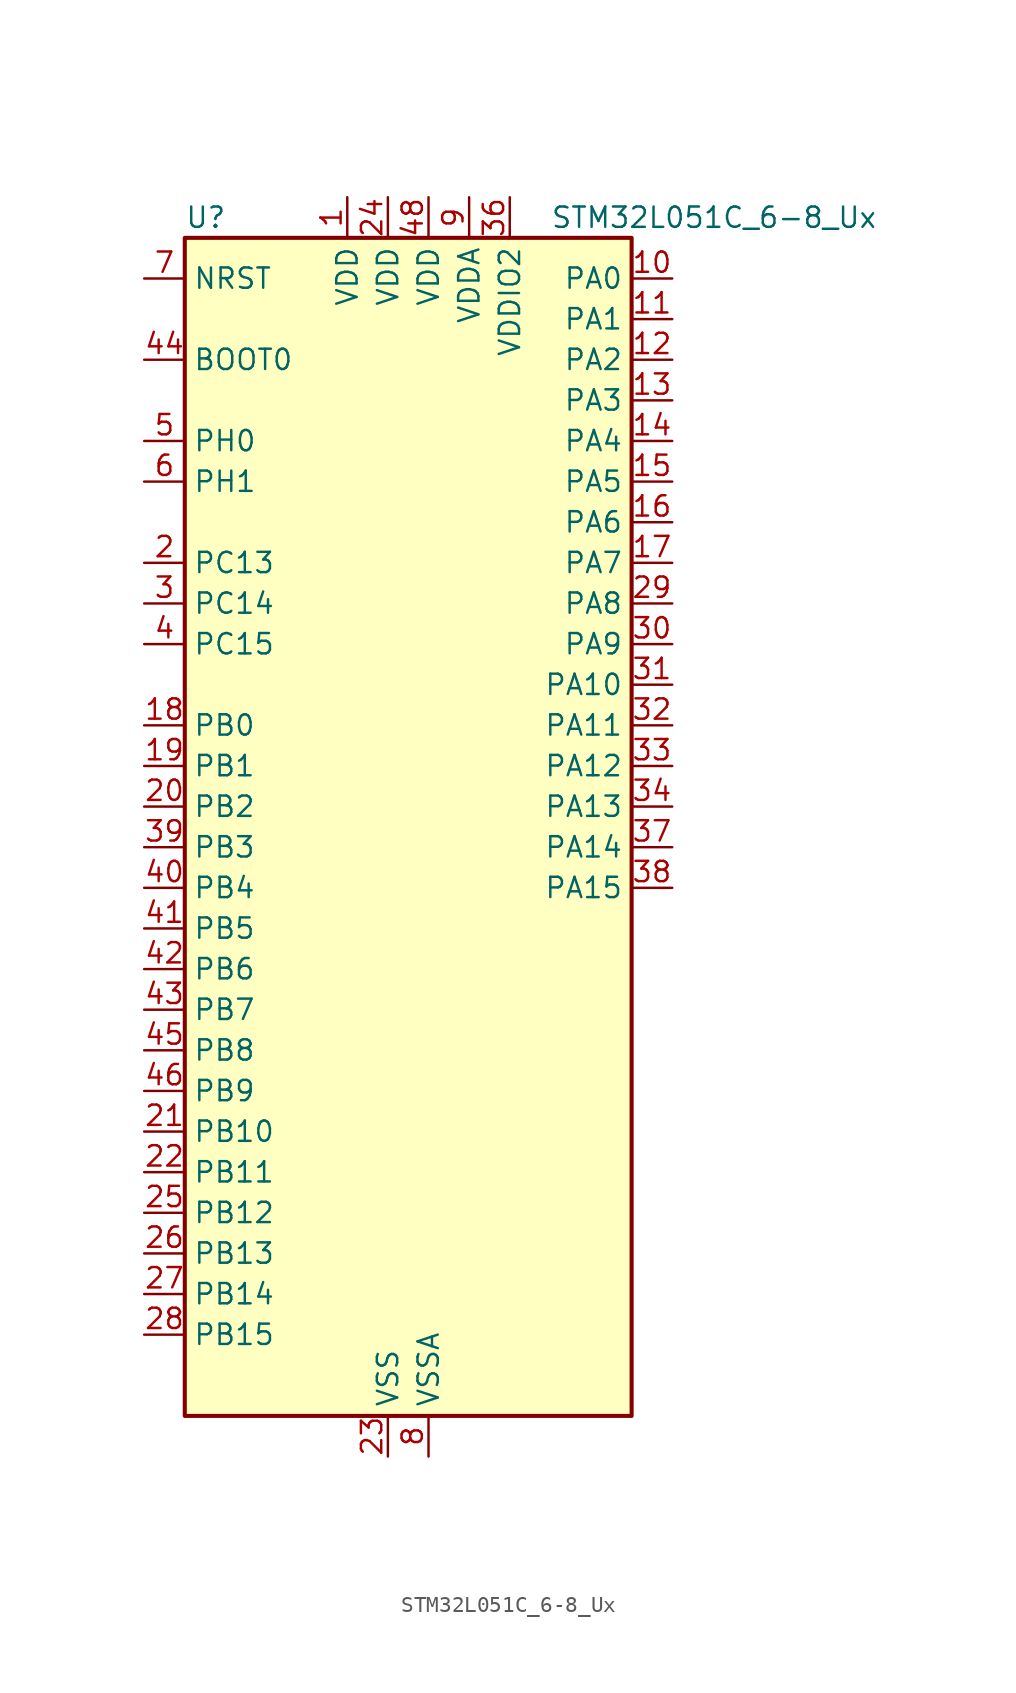
<source format=kicad_sym>
(kicad_symbol_lib
  (version 20231120)
  (generator "kicad_symbol_editor")
  (generator_version "8.0")
  (symbol "STM32L051C_6-8_Ux"
    (property "Reference" "U"
      (at -12.7 39.37 0)
      (effects (font (size 1.27 1.27)) (justify left)))
    (property "Value" "STM32L051C_6-8_Ux"
      (at 10.16 39.37 0)
      (effects (font (size 1.27 1.27)) (justify left)))
    (property "ki_locked" ""
      (at 0 0 0)
      (effects (font (size 1.27 1.27))))
    (symbol "STM32L051C_6-8_Ux_0_1"
      (rectangle (start -12.7 -35.56) (end 15.24 38.1) (stroke (width 0.254) (type default)) (fill (type background))))
    (symbol "STM32L051C_6-8_Ux_1_1"
      (pin power_in line (at -2.54 40.64 270) (length 2.54) (name "VDD" (effects (font (size 1.27 1.27)))) (number "1" (effects (font (size 1.27 1.27)))))
      (pin bidirectional line (at 17.78 35.56 180) (length 2.54) (name "PA0" (effects (font (size 1.27 1.27)))) (number "10" (effects (font (size 1.27 1.27)))) (alternate "ADC_IN0" bidirectional line) (alternate "COMP1_INM" bidirectional line) (alternate "COMP1_OUT" bidirectional line) (alternate "RTC_TAMP2" bidirectional line) (alternate "SYS_WKUP1" bidirectional line) (alternate "TIM2_CH1" bidirectional line) (alternate "TIM2_ETR" bidirectional line) (alternate "USART2_CTS" bidirectional line))
      (pin bidirectional line (at 17.78 33.02 180) (length 2.54) (name "PA1" (effects (font (size 1.27 1.27)))) (number "11" (effects (font (size 1.27 1.27)))) (alternate "ADC_IN1" bidirectional line) (alternate "COMP1_INP" bidirectional line) (alternate "TIM21_ETR" bidirectional line) (alternate "TIM2_CH2" bidirectional line) (alternate "USART2_DE" bidirectional line) (alternate "USART2_RTS" bidirectional line))
      (pin bidirectional line (at 17.78 30.48 180) (length 2.54) (name "PA2" (effects (font (size 1.27 1.27)))) (number "12" (effects (font (size 1.27 1.27)))) (alternate "ADC_IN2" bidirectional line) (alternate "COMP2_INM" bidirectional line) (alternate "COMP2_OUT" bidirectional line) (alternate "TIM21_CH1" bidirectional line) (alternate "TIM2_CH3" bidirectional line) (alternate "USART2_TX" bidirectional line))
      (pin bidirectional line (at 17.78 27.94 180) (length 2.54) (name "PA3" (effects (font (size 1.27 1.27)))) (number "13" (effects (font (size 1.27 1.27)))) (alternate "ADC_IN3" bidirectional line) (alternate "COMP2_INP" bidirectional line) (alternate "TIM21_CH2" bidirectional line) (alternate "TIM2_CH4" bidirectional line) (alternate "USART2_RX" bidirectional line))
      (pin bidirectional line (at 17.78 25.4 180) (length 2.54) (name "PA4" (effects (font (size 1.27 1.27)))) (number "14" (effects (font (size 1.27 1.27)))) (alternate "ADC_IN4" bidirectional line) (alternate "COMP1_INM" bidirectional line) (alternate "COMP2_INM" bidirectional line) (alternate "SPI1_NSS" bidirectional line) (alternate "TIM22_ETR" bidirectional line) (alternate "USART2_CK" bidirectional line))
      (pin bidirectional line (at 17.78 22.86 180) (length 2.54) (name "PA5" (effects (font (size 1.27 1.27)))) (number "15" (effects (font (size 1.27 1.27)))) (alternate "ADC_IN5" bidirectional line) (alternate "COMP1_INM" bidirectional line) (alternate "COMP2_INM" bidirectional line) (alternate "SPI1_SCK" bidirectional line) (alternate "TIM2_CH1" bidirectional line) (alternate "TIM2_ETR" bidirectional line))
      (pin bidirectional line (at 17.78 20.32 180) (length 2.54) (name "PA6" (effects (font (size 1.27 1.27)))) (number "16" (effects (font (size 1.27 1.27)))) (alternate "ADC_IN6" bidirectional line) (alternate "COMP1_OUT" bidirectional line) (alternate "LPUART1_CTS" bidirectional line) (alternate "SPI1_MISO" bidirectional line) (alternate "TIM22_CH1" bidirectional line))
      (pin bidirectional line (at 17.78 17.78 180) (length 2.54) (name "PA7" (effects (font (size 1.27 1.27)))) (number "17" (effects (font (size 1.27 1.27)))) (alternate "ADC_IN7" bidirectional line) (alternate "COMP2_OUT" bidirectional line) (alternate "SPI1_MOSI" bidirectional line) (alternate "TIM22_CH2" bidirectional line))
      (pin bidirectional line (at -15.24 7.62 0) (length 2.54) (name "PB0" (effects (font (size 1.27 1.27)))) (number "18" (effects (font (size 1.27 1.27)))) (alternate "ADC_IN8" bidirectional line) (alternate "SYS_VREF_OUT_PB0" bidirectional line))
      (pin bidirectional line (at -15.24 5.08 0) (length 2.54) (name "PB1" (effects (font (size 1.27 1.27)))) (number "19" (effects (font (size 1.27 1.27)))) (alternate "ADC_IN9" bidirectional line) (alternate "LPUART1_DE" bidirectional line) (alternate "LPUART1_RTS" bidirectional line) (alternate "SYS_VREF_OUT_PB1" bidirectional line))
      (pin bidirectional line (at -15.24 17.78 0) (length 2.54) (name "PC13" (effects (font (size 1.27 1.27)))) (number "2" (effects (font (size 1.27 1.27)))) (alternate "RTC_OUT_ALARM" bidirectional line) (alternate "RTC_OUT_CALIB" bidirectional line) (alternate "RTC_TAMP1" bidirectional line) (alternate "RTC_TS" bidirectional line) (alternate "SYS_WKUP2" bidirectional line))
      (pin bidirectional line (at -15.24 2.54 0) (length 2.54) (name "PB2" (effects (font (size 1.27 1.27)))) (number "20" (effects (font (size 1.27 1.27)))) (alternate "LPTIM1_OUT" bidirectional line))
      (pin bidirectional line (at -15.24 -17.78 0) (length 2.54) (name "PB10" (effects (font (size 1.27 1.27)))) (number "21" (effects (font (size 1.27 1.27)))) (alternate "I2C2_SCL" bidirectional line) (alternate "LPUART1_TX" bidirectional line) (alternate "SPI2_SCK" bidirectional line) (alternate "TIM2_CH3" bidirectional line))
      (pin bidirectional line (at -15.24 -20.32 0) (length 2.54) (name "PB11" (effects (font (size 1.27 1.27)))) (number "22" (effects (font (size 1.27 1.27)))) (alternate "ADC_EXTI11" bidirectional line) (alternate "I2C2_SDA" bidirectional line) (alternate "LPUART1_RX" bidirectional line) (alternate "TIM2_CH4" bidirectional line))
      (pin power_in line (at 0 -38.1 90) (length 2.54) (name "VSS" (effects (font (size 1.27 1.27)))) (number "23" (effects (font (size 1.27 1.27)))))
      (pin power_in line (at 0 40.64 270) (length 2.54) (name "VDD" (effects (font (size 1.27 1.27)))) (number "24" (effects (font (size 1.27 1.27)))))
      (pin bidirectional line (at -15.24 -22.86 0) (length 2.54) (name "PB12" (effects (font (size 1.27 1.27)))) (number "25" (effects (font (size 1.27 1.27)))) (alternate "I2S2_WS" bidirectional line) (alternate "LPUART1_DE" bidirectional line) (alternate "LPUART1_RTS" bidirectional line) (alternate "SPI2_NSS" bidirectional line))
      (pin bidirectional line (at -15.24 -25.4 0) (length 2.54) (name "PB13" (effects (font (size 1.27 1.27)))) (number "26" (effects (font (size 1.27 1.27)))) (alternate "I2C2_SCL" bidirectional line) (alternate "I2S2_CK" bidirectional line) (alternate "LPUART1_CTS" bidirectional line) (alternate "SPI2_SCK" bidirectional line) (alternate "TIM21_CH1" bidirectional line))
      (pin bidirectional line (at -15.24 -27.94 0) (length 2.54) (name "PB14" (effects (font (size 1.27 1.27)))) (number "27" (effects (font (size 1.27 1.27)))) (alternate "I2C2_SDA" bidirectional line) (alternate "I2S2_MCK" bidirectional line) (alternate "LPUART1_DE" bidirectional line) (alternate "LPUART1_RTS" bidirectional line) (alternate "RTC_OUT_ALARM" bidirectional line) (alternate "RTC_OUT_CALIB" bidirectional line) (alternate "SPI2_MISO" bidirectional line) (alternate "TIM21_CH2" bidirectional line))
      (pin bidirectional line (at -15.24 -30.48 0) (length 2.54) (name "PB15" (effects (font (size 1.27 1.27)))) (number "28" (effects (font (size 1.27 1.27)))) (alternate "I2S2_SD" bidirectional line) (alternate "RTC_REFIN" bidirectional line) (alternate "SPI2_MOSI" bidirectional line))
      (pin bidirectional line (at 17.78 15.24 180) (length 2.54) (name "PA8" (effects (font (size 1.27 1.27)))) (number "29" (effects (font (size 1.27 1.27)))) (alternate "RCC_MCO" bidirectional line) (alternate "USART1_CK" bidirectional line))
      (pin bidirectional line (at -15.24 15.24 0) (length 2.54) (name "PC14" (effects (font (size 1.27 1.27)))) (number "3" (effects (font (size 1.27 1.27)))) (alternate "RCC_OSC32_IN" bidirectional line))
      (pin bidirectional line (at 17.78 12.7 180) (length 2.54) (name "PA9" (effects (font (size 1.27 1.27)))) (number "30" (effects (font (size 1.27 1.27)))) (alternate "RCC_MCO" bidirectional line) (alternate "USART1_TX" bidirectional line))
      (pin bidirectional line (at 17.78 10.16 180) (length 2.54) (name "PA10" (effects (font (size 1.27 1.27)))) (number "31" (effects (font (size 1.27 1.27)))) (alternate "USART1_RX" bidirectional line))
      (pin bidirectional line (at 17.78 7.62 180) (length 2.54) (name "PA11" (effects (font (size 1.27 1.27)))) (number "32" (effects (font (size 1.27 1.27)))) (alternate "ADC_EXTI11" bidirectional line) (alternate "COMP1_OUT" bidirectional line) (alternate "SPI1_MISO" bidirectional line) (alternate "USART1_CTS" bidirectional line))
      (pin bidirectional line (at 17.78 5.08 180) (length 2.54) (name "PA12" (effects (font (size 1.27 1.27)))) (number "33" (effects (font (size 1.27 1.27)))) (alternate "COMP2_OUT" bidirectional line) (alternate "SPI1_MOSI" bidirectional line) (alternate "USART1_DE" bidirectional line) (alternate "USART1_RTS" bidirectional line))
      (pin bidirectional line (at 17.78 2.54 180) (length 2.54) (name "PA13" (effects (font (size 1.27 1.27)))) (number "34" (effects (font (size 1.27 1.27)))) (alternate "SYS_SWDIO" bidirectional line))
      (pin passive line (at 0 -38.1 90) (length 2.54) hide (name "VSS" (effects (font (size 1.27 1.27)))) (number "35" (effects (font (size 1.27 1.27)))))
      (pin power_in line (at 7.62 40.64 270) (length 2.54) (name "VDDIO2" (effects (font (size 1.27 1.27)))) (number "36" (effects (font (size 1.27 1.27)))))
      (pin bidirectional line (at 17.78 0 180) (length 2.54) (name "PA14" (effects (font (size 1.27 1.27)))) (number "37" (effects (font (size 1.27 1.27)))) (alternate "SYS_SWCLK" bidirectional line) (alternate "USART2_TX" bidirectional line))
      (pin bidirectional line (at 17.78 -2.54 180) (length 2.54) (name "PA15" (effects (font (size 1.27 1.27)))) (number "38" (effects (font (size 1.27 1.27)))) (alternate "SPI1_NSS" bidirectional line) (alternate "TIM2_CH1" bidirectional line) (alternate "TIM2_ETR" bidirectional line) (alternate "USART2_RX" bidirectional line))
      (pin bidirectional line (at -15.24 0 0) (length 2.54) (name "PB3" (effects (font (size 1.27 1.27)))) (number "39" (effects (font (size 1.27 1.27)))) (alternate "COMP2_INM" bidirectional line) (alternate "SPI1_SCK" bidirectional line) (alternate "TIM2_CH2" bidirectional line))
      (pin bidirectional line (at -15.24 12.7 0) (length 2.54) (name "PC15" (effects (font (size 1.27 1.27)))) (number "4" (effects (font (size 1.27 1.27)))) (alternate "RCC_OSC32_OUT" bidirectional line))
      (pin bidirectional line (at -15.24 -2.54 0) (length 2.54) (name "PB4" (effects (font (size 1.27 1.27)))) (number "40" (effects (font (size 1.27 1.27)))) (alternate "COMP2_INP" bidirectional line) (alternate "SPI1_MISO" bidirectional line) (alternate "TIM22_CH1" bidirectional line))
      (pin bidirectional line (at -15.24 -5.08 0) (length 2.54) (name "PB5" (effects (font (size 1.27 1.27)))) (number "41" (effects (font (size 1.27 1.27)))) (alternate "COMP2_INP" bidirectional line) (alternate "I2C1_SMBA" bidirectional line) (alternate "LPTIM1_IN1" bidirectional line) (alternate "SPI1_MOSI" bidirectional line) (alternate "TIM22_CH2" bidirectional line))
      (pin bidirectional line (at -15.24 -7.62 0) (length 2.54) (name "PB6" (effects (font (size 1.27 1.27)))) (number "42" (effects (font (size 1.27 1.27)))) (alternate "COMP2_INP" bidirectional line) (alternate "I2C1_SCL" bidirectional line) (alternate "LPTIM1_ETR" bidirectional line) (alternate "USART1_TX" bidirectional line))
      (pin bidirectional line (at -15.24 -10.16 0) (length 2.54) (name "PB7" (effects (font (size 1.27 1.27)))) (number "43" (effects (font (size 1.27 1.27)))) (alternate "COMP2_INP" bidirectional line) (alternate "I2C1_SDA" bidirectional line) (alternate "LPTIM1_IN2" bidirectional line) (alternate "SYS_PVD_IN" bidirectional line) (alternate "USART1_RX" bidirectional line))
      (pin input line (at -15.24 30.48 0) (length 2.54) (name "BOOT0" (effects (font (size 1.27 1.27)))) (number "44" (effects (font (size 1.27 1.27)))))
      (pin bidirectional line (at -15.24 -12.7 0) (length 2.54) (name "PB8" (effects (font (size 1.27 1.27)))) (number "45" (effects (font (size 1.27 1.27)))) (alternate "I2C1_SCL" bidirectional line))
      (pin bidirectional line (at -15.24 -15.24 0) (length 2.54) (name "PB9" (effects (font (size 1.27 1.27)))) (number "46" (effects (font (size 1.27 1.27)))) (alternate "I2C1_SDA" bidirectional line) (alternate "I2S2_WS" bidirectional line) (alternate "SPI2_NSS" bidirectional line))
      (pin passive line (at 0 -38.1 90) (length 2.54) hide (name "VSS" (effects (font (size 1.27 1.27)))) (number "47" (effects (font (size 1.27 1.27)))))
      (pin power_in line (at 2.54 40.64 270) (length 2.54) (name "VDD" (effects (font (size 1.27 1.27)))) (number "48" (effects (font (size 1.27 1.27)))))
      (pin passive line (at 0 -38.1 90) (length 2.54) hide (name "VSS" (effects (font (size 1.27 1.27)))) (number "49" (effects (font (size 1.27 1.27)))))
      (pin bidirectional line (at -15.24 25.4 0) (length 2.54) (name "PH0" (effects (font (size 1.27 1.27)))) (number "5" (effects (font (size 1.27 1.27)))) (alternate "RCC_OSC_IN" bidirectional line))
      (pin bidirectional line (at -15.24 22.86 0) (length 2.54) (name "PH1" (effects (font (size 1.27 1.27)))) (number "6" (effects (font (size 1.27 1.27)))) (alternate "RCC_OSC_OUT" bidirectional line))
      (pin input line (at -15.24 35.56 0) (length 2.54) (name "NRST" (effects (font (size 1.27 1.27)))) (number "7" (effects (font (size 1.27 1.27)))))
      (pin power_in line (at 2.54 -38.1 90) (length 2.54) (name "VSSA" (effects (font (size 1.27 1.27)))) (number "8" (effects (font (size 1.27 1.27)))))
      (pin power_in line (at 5.08 40.64 270) (length 2.54) (name "VDDA" (effects (font (size 1.27 1.27)))) (number "9" (effects (font (size 1.27 1.27))))))))
</source>
